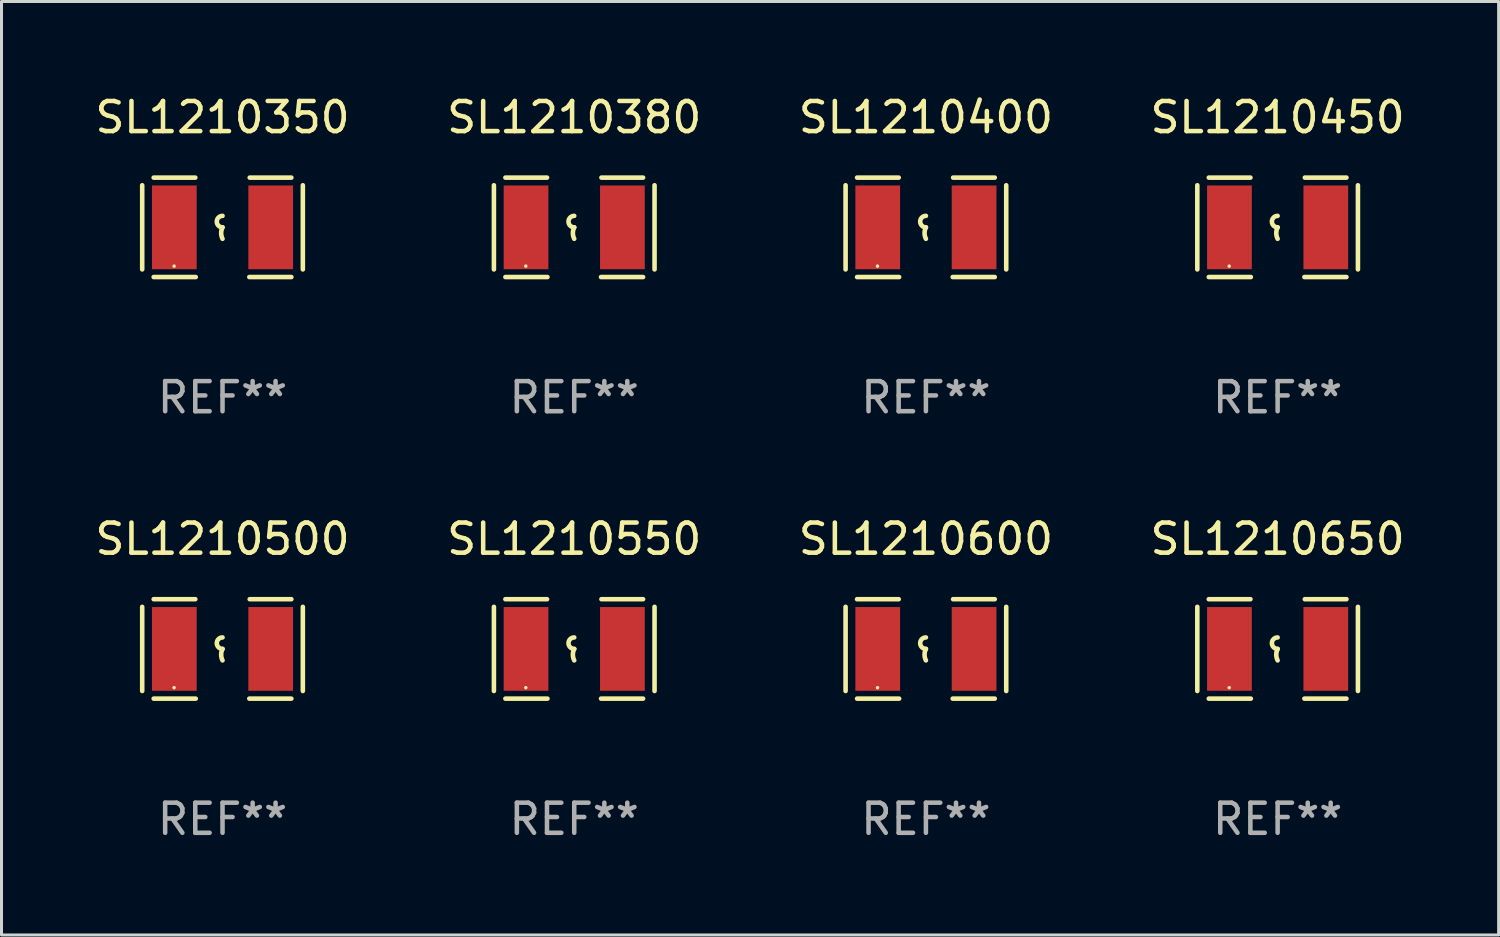
<source format=kicad_pcb>
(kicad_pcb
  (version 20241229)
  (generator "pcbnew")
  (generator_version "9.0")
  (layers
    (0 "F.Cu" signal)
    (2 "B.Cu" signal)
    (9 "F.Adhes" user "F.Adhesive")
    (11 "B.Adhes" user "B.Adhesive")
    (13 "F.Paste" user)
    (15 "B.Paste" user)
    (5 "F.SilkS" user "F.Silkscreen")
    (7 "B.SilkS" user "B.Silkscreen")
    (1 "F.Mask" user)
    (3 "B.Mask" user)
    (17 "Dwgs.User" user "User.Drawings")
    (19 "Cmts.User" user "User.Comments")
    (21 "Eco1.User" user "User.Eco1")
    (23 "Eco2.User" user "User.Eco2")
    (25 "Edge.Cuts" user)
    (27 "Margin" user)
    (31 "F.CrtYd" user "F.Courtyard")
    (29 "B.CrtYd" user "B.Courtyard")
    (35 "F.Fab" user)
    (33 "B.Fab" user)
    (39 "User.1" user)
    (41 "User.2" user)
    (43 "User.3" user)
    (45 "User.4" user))
  (footprint "SL1210600"
    (layer "F.Cu")
    (at 27.696 18.498)
    (property "Reference" "SL1210600" (at 0 -3.651 0) (layer "F.SilkS") (effects (font (size 1 1) (thickness 0.15))))
    (attr through_hole)
    (fp_line (start -2.667 -1.397) (end -2.667 1.397) (stroke (width 0.152) (type solid)) (layer "F.SilkS"))
    (fp_line (start -2.286 -1.651) (end -0.903 -1.651) (stroke (width 0.152) (type solid)) (layer "F.SilkS"))
    (fp_line (start -0.889 1.651) (end -2.286 1.651) (stroke (width 0.152) (type solid)) (layer "F.SilkS"))
    (fp_line (start 0.889 1.651) (end 2.286 1.651) (stroke (width 0.152) (type solid)) (layer "F.SilkS"))
    (fp_line (start 2.286 -1.651) (end 0.903 -1.651) (stroke (width 0.152) (type solid)) (layer "F.SilkS"))
    (fp_line (start 2.667 -1.397) (end 2.667 1.397) (stroke (width 0.152) (type solid)) (layer "F.SilkS"))
    (fp_arc (start 0 0) (mid -0.1905 -0.1905) (end 0 -0.381) (stroke (width 0.151994) (type solid)) (layer "F.SilkS"))
    (fp_arc (start 0 0.381001) (mid -0.044971 0.1905) (end 0 0) (stroke (width 0.151994) (type solid)) (layer "F.SilkS"))
    (fp_circle (center -1.608 1.288) (end -1.578 1.288) (stroke (width 0.06) (type solid)) (fill no) (layer "F.SilkS"))
    (fp_text user "REF**" (at 0 5.651 0) (layer "F.Fab") (effects (font (size 1 1) (thickness 0.15))))
    (pad "1" smd rect (at -1.6 0) (size 1.485 2.781) (layers "F.Cu" "F.Mask" "F.Paste"))
    (pad "2" smd rect (at 1.6 0) (size 1.485 2.781) (layers "F.Cu" "F.Mask" "F.Paste")))
  (footprint "SL1210350"
    (layer "F.Cu")
    (at 4.339 4.499)
    (property "Reference" "SL1210350" (at 0 -3.651 0) (layer "F.SilkS") (effects (font (size 1 1) (thickness 0.15))))
    (attr through_hole)
    (fp_line (start -2.667 -1.397) (end -2.667 1.397) (stroke (width 0.152) (type solid)) (layer "F.SilkS"))
    (fp_line (start -2.286 -1.651) (end -0.903 -1.651) (stroke (width 0.152) (type solid)) (layer "F.SilkS"))
    (fp_line (start -0.889 1.651) (end -2.286 1.651) (stroke (width 0.152) (type solid)) (layer "F.SilkS"))
    (fp_line (start 0.889 1.651) (end 2.286 1.651) (stroke (width 0.152) (type solid)) (layer "F.SilkS"))
    (fp_line (start 2.286 -1.651) (end 0.903 -1.651) (stroke (width 0.152) (type solid)) (layer "F.SilkS"))
    (fp_line (start 2.667 -1.397) (end 2.667 1.397) (stroke (width 0.152) (type solid)) (layer "F.SilkS"))
    (fp_arc (start 0 0) (mid -0.1905 -0.1905) (end 0 -0.381) (stroke (width 0.151994) (type solid)) (layer "F.SilkS"))
    (fp_arc (start 0 0.381001) (mid -0.044971 0.1905) (end 0 0) (stroke (width 0.151994) (type solid)) (layer "F.SilkS"))
    (fp_circle (center -1.608 1.288) (end -1.578 1.288) (stroke (width 0.06) (type solid)) (fill no) (layer "F.SilkS"))
    (fp_text user "REF**" (at 0 5.651 0) (layer "F.Fab") (effects (font (size 1 1) (thickness 0.15))))
    (pad "1" smd rect (at -1.6 0) (size 1.485 2.781) (layers "F.Cu" "F.Mask" "F.Paste"))
    (pad "2" smd rect (at 1.6 0) (size 1.485 2.781) (layers "F.Cu" "F.Mask" "F.Paste")))
  (footprint "SL1210550"
    (layer "F.Cu")
    (at 16.018 18.498)
    (property "Reference" "SL1210550" (at 0 -3.651 0) (layer "F.SilkS") (effects (font (size 1 1) (thickness 0.15))))
    (attr through_hole)
    (fp_line (start -2.667 -1.397) (end -2.667 1.397) (stroke (width 0.152) (type solid)) (layer "F.SilkS"))
    (fp_line (start -2.286 -1.651) (end -0.903 -1.651) (stroke (width 0.152) (type solid)) (layer "F.SilkS"))
    (fp_line (start -0.889 1.651) (end -2.286 1.651) (stroke (width 0.152) (type solid)) (layer "F.SilkS"))
    (fp_line (start 0.889 1.651) (end 2.286 1.651) (stroke (width 0.152) (type solid)) (layer "F.SilkS"))
    (fp_line (start 2.286 -1.651) (end 0.903 -1.651) (stroke (width 0.152) (type solid)) (layer "F.SilkS"))
    (fp_line (start 2.667 -1.397) (end 2.667 1.397) (stroke (width 0.152) (type solid)) (layer "F.SilkS"))
    (fp_arc (start 0 0) (mid -0.1905 -0.1905) (end 0 -0.381) (stroke (width 0.151994) (type solid)) (layer "F.SilkS"))
    (fp_arc (start 0 0.381001) (mid -0.044971 0.1905) (end 0 0) (stroke (width 0.151994) (type solid)) (layer "F.SilkS"))
    (fp_circle (center -1.608 1.288) (end -1.578 1.288) (stroke (width 0.06) (type solid)) (fill no) (layer "F.SilkS"))
    (fp_text user "REF**" (at 0 5.651 0) (layer "F.Fab") (effects (font (size 1 1) (thickness 0.15))))
    (pad "1" smd rect (at -1.6 0) (size 1.485 2.781) (layers "F.Cu" "F.Mask" "F.Paste"))
    (pad "2" smd rect (at 1.6 0) (size 1.485 2.781) (layers "F.Cu" "F.Mask" "F.Paste")))
  (footprint "SL1210450"
    (layer "F.Cu")
    (at 39.375 4.499)
    (property "Reference" "SL1210450" (at 0 -3.651 0) (layer "F.SilkS") (effects (font (size 1 1) (thickness 0.15))))
    (attr through_hole)
    (fp_line (start -2.667 -1.397) (end -2.667 1.397) (stroke (width 0.152) (type solid)) (layer "F.SilkS"))
    (fp_line (start -2.286 -1.651) (end -0.903 -1.651) (stroke (width 0.152) (type solid)) (layer "F.SilkS"))
    (fp_line (start -0.889 1.651) (end -2.286 1.651) (stroke (width 0.152) (type solid)) (layer "F.SilkS"))
    (fp_line (start 0.889 1.651) (end 2.286 1.651) (stroke (width 0.152) (type solid)) (layer "F.SilkS"))
    (fp_line (start 2.286 -1.651) (end 0.903 -1.651) (stroke (width 0.152) (type solid)) (layer "F.SilkS"))
    (fp_line (start 2.667 -1.397) (end 2.667 1.397) (stroke (width 0.152) (type solid)) (layer "F.SilkS"))
    (fp_arc (start 0 0) (mid -0.1905 -0.1905) (end 0 -0.381) (stroke (width 0.151994) (type solid)) (layer "F.SilkS"))
    (fp_arc (start 0 0.381001) (mid -0.044971 0.1905) (end 0 0) (stroke (width 0.151994) (type solid)) (layer "F.SilkS"))
    (fp_circle (center -1.608 1.288) (end -1.578 1.288) (stroke (width 0.06) (type solid)) (fill no) (layer "F.SilkS"))
    (fp_text user "REF**" (at 0 5.651 0) (layer "F.Fab") (effects (font (size 1 1) (thickness 0.15))))
    (pad "1" smd rect (at -1.6 0) (size 1.485 2.781) (layers "F.Cu" "F.Mask" "F.Paste"))
    (pad "2" smd rect (at 1.6 0) (size 1.485 2.781) (layers "F.Cu" "F.Mask" "F.Paste")))
  (footprint "SL1210500"
    (layer "F.Cu")
    (at 4.339 18.498)
    (property "Reference" "SL1210500" (at 0 -3.651 0) (layer "F.SilkS") (effects (font (size 1 1) (thickness 0.15))))
    (attr through_hole)
    (fp_line (start -2.667 -1.397) (end -2.667 1.397) (stroke (width 0.152) (type solid)) (layer "F.SilkS"))
    (fp_line (start -2.286 -1.651) (end -0.903 -1.651) (stroke (width 0.152) (type solid)) (layer "F.SilkS"))
    (fp_line (start -0.889 1.651) (end -2.286 1.651) (stroke (width 0.152) (type solid)) (layer "F.SilkS"))
    (fp_line (start 0.889 1.651) (end 2.286 1.651) (stroke (width 0.152) (type solid)) (layer "F.SilkS"))
    (fp_line (start 2.286 -1.651) (end 0.903 -1.651) (stroke (width 0.152) (type solid)) (layer "F.SilkS"))
    (fp_line (start 2.667 -1.397) (end 2.667 1.397) (stroke (width 0.152) (type solid)) (layer "F.SilkS"))
    (fp_arc (start 0 0) (mid -0.1905 -0.1905) (end 0 -0.381) (stroke (width 0.151994) (type solid)) (layer "F.SilkS"))
    (fp_arc (start 0 0.381001) (mid -0.044971 0.1905) (end 0 0) (stroke (width 0.151994) (type solid)) (layer "F.SilkS"))
    (fp_circle (center -1.608 1.288) (end -1.578 1.288) (stroke (width 0.06) (type solid)) (fill no) (layer "F.SilkS"))
    (fp_text user "REF**" (at 0 5.651 0) (layer "F.Fab") (effects (font (size 1 1) (thickness 0.15))))
    (pad "1" smd rect (at -1.6 0) (size 1.485 2.781) (layers "F.Cu" "F.Mask" "F.Paste"))
    (pad "2" smd rect (at 1.6 0) (size 1.485 2.781) (layers "F.Cu" "F.Mask" "F.Paste")))
  (footprint "SL1210380"
    (layer "F.Cu")
    (at 16.018 4.499)
    (property "Reference" "SL1210380" (at 0 -3.651 0) (layer "F.SilkS") (effects (font (size 1 1) (thickness 0.15))))
    (attr through_hole)
    (fp_line (start -2.667 -1.397) (end -2.667 1.397) (stroke (width 0.152) (type solid)) (layer "F.SilkS"))
    (fp_line (start -2.286 -1.651) (end -0.903 -1.651) (stroke (width 0.152) (type solid)) (layer "F.SilkS"))
    (fp_line (start -0.889 1.651) (end -2.286 1.651) (stroke (width 0.152) (type solid)) (layer "F.SilkS"))
    (fp_line (start 0.889 1.651) (end 2.286 1.651) (stroke (width 0.152) (type solid)) (layer "F.SilkS"))
    (fp_line (start 2.286 -1.651) (end 0.903 -1.651) (stroke (width 0.152) (type solid)) (layer "F.SilkS"))
    (fp_line (start 2.667 -1.397) (end 2.667 1.397) (stroke (width 0.152) (type solid)) (layer "F.SilkS"))
    (fp_arc (start 0 0) (mid -0.1905 -0.1905) (end 0 -0.381) (stroke (width 0.151994) (type solid)) (layer "F.SilkS"))
    (fp_arc (start 0 0.381001) (mid -0.044971 0.1905) (end 0 0) (stroke (width 0.151994) (type solid)) (layer "F.SilkS"))
    (fp_circle (center -1.608 1.288) (end -1.578 1.288) (stroke (width 0.06) (type solid)) (fill no) (layer "F.SilkS"))
    (fp_text user "REF**" (at 0 5.651 0) (layer "F.Fab") (effects (font (size 1 1) (thickness 0.15))))
    (pad "1" smd rect (at -1.6 0) (size 1.485 2.781) (layers "F.Cu" "F.Mask" "F.Paste"))
    (pad "2" smd rect (at 1.6 0) (size 1.485 2.781) (layers "F.Cu" "F.Mask" "F.Paste")))
  (footprint "SL1210400"
    (layer "F.Cu")
    (at 27.696 4.499)
    (property "Reference" "SL1210400" (at 0 -3.651 0) (layer "F.SilkS") (effects (font (size 1 1) (thickness 0.15))))
    (attr through_hole)
    (fp_line (start -2.667 -1.397) (end -2.667 1.397) (stroke (width 0.152) (type solid)) (layer "F.SilkS"))
    (fp_line (start -2.286 -1.651) (end -0.903 -1.651) (stroke (width 0.152) (type solid)) (layer "F.SilkS"))
    (fp_line (start -0.889 1.651) (end -2.286 1.651) (stroke (width 0.152) (type solid)) (layer "F.SilkS"))
    (fp_line (start 0.889 1.651) (end 2.286 1.651) (stroke (width 0.152) (type solid)) (layer "F.SilkS"))
    (fp_line (start 2.286 -1.651) (end 0.903 -1.651) (stroke (width 0.152) (type solid)) (layer "F.SilkS"))
    (fp_line (start 2.667 -1.397) (end 2.667 1.397) (stroke (width 0.152) (type solid)) (layer "F.SilkS"))
    (fp_arc (start 0 0) (mid -0.1905 -0.1905) (end 0 -0.381) (stroke (width 0.151994) (type solid)) (layer "F.SilkS"))
    (fp_arc (start 0 0.381001) (mid -0.044971 0.1905) (end 0 0) (stroke (width 0.151994) (type solid)) (layer "F.SilkS"))
    (fp_circle (center -1.608 1.288) (end -1.578 1.288) (stroke (width 0.06) (type solid)) (fill no) (layer "F.SilkS"))
    (fp_text user "REF**" (at 0 5.651 0) (layer "F.Fab") (effects (font (size 1 1) (thickness 0.15))))
    (pad "1" smd rect (at -1.6 0) (size 1.485 2.781) (layers "F.Cu" "F.Mask" "F.Paste"))
    (pad "2" smd rect (at 1.6 0) (size 1.485 2.781) (layers "F.Cu" "F.Mask" "F.Paste")))
  (footprint "SL1210650"
    (layer "F.Cu")
    (at 39.375 18.498)
    (property "Reference" "SL1210650" (at 0 -3.651 0) (layer "F.SilkS") (effects (font (size 1 1) (thickness 0.15))))
    (attr through_hole)
    (fp_line (start -2.667 -1.397) (end -2.667 1.397) (stroke (width 0.152) (type solid)) (layer "F.SilkS"))
    (fp_line (start -2.286 -1.651) (end -0.903 -1.651) (stroke (width 0.152) (type solid)) (layer "F.SilkS"))
    (fp_line (start -0.889 1.651) (end -2.286 1.651) (stroke (width 0.152) (type solid)) (layer "F.SilkS"))
    (fp_line (start 0.889 1.651) (end 2.286 1.651) (stroke (width 0.152) (type solid)) (layer "F.SilkS"))
    (fp_line (start 2.286 -1.651) (end 0.903 -1.651) (stroke (width 0.152) (type solid)) (layer "F.SilkS"))
    (fp_line (start 2.667 -1.397) (end 2.667 1.397) (stroke (width 0.152) (type solid)) (layer "F.SilkS"))
    (fp_arc (start 0 0) (mid -0.1905 -0.1905) (end 0 -0.381) (stroke (width 0.151994) (type solid)) (layer "F.SilkS"))
    (fp_arc (start 0 0.381001) (mid -0.044971 0.1905) (end 0 0) (stroke (width 0.151994) (type solid)) (layer "F.SilkS"))
    (fp_circle (center -1.608 1.288) (end -1.578 1.288) (stroke (width 0.06) (type solid)) (fill no) (layer "F.SilkS"))
    (fp_text user "REF**" (at 0 5.651 0) (layer "F.Fab") (effects (font (size 1 1) (thickness 0.15))))
    (pad "1" smd rect (at -1.6 0) (size 1.485 2.781) (layers "F.Cu" "F.Mask" "F.Paste"))
    (pad "2" smd rect (at 1.6 0) (size 1.485 2.781) (layers "F.Cu" "F.Mask" "F.Paste")))
  (gr_rect
    (start -3 -3)
    (end 46.714 27.997)
    (stroke (width 0.1) (type default))
    (fill no)
    (layer "Edge.Cuts")))
</source>
